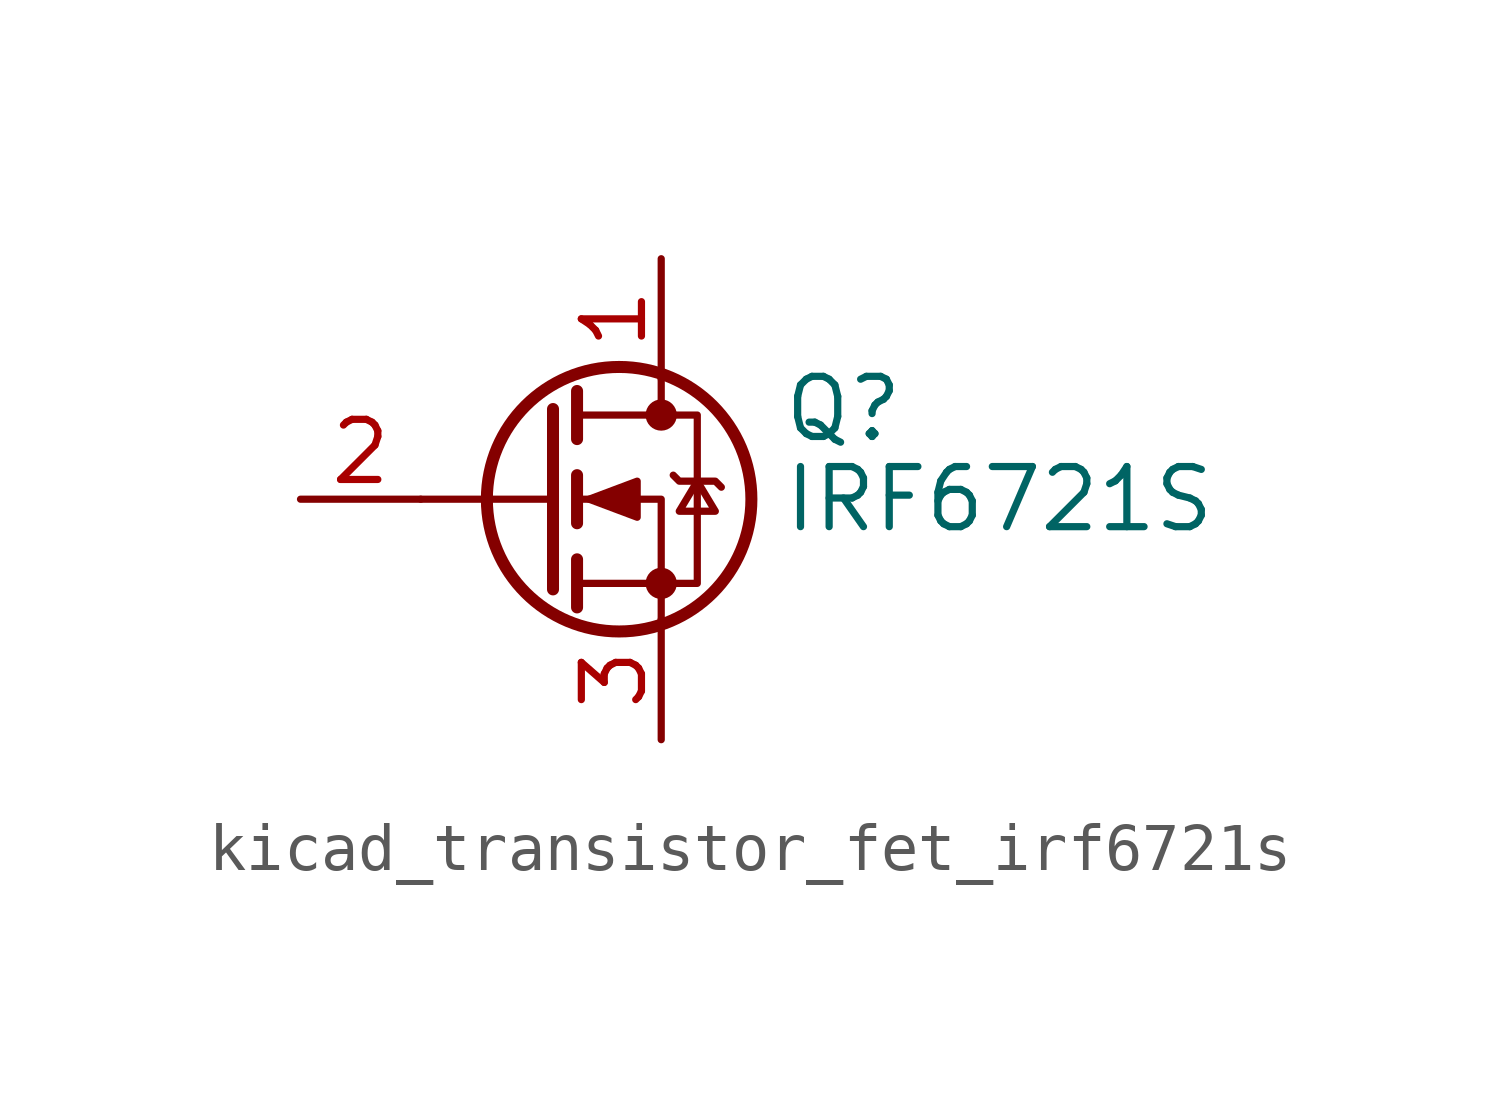
<source format=kicad_sym>
(kicad_symbol_lib
  (version 20220914)
  (generator kicad_symbol_editor)
  (symbol "kicad_transistor_fet_irf6721s"
    (pin_names hide)
    (property "Reference" "Q"
      (at 5.08 1.905 0)
      (effects (font (size 1.27 1.27)) (justify left)))
    (property "Value" "IRF6721S"
      (at 5.08 0 0)
      (effects (font (size 1.27 1.27)) (justify left)))
    (symbol "kicad_transistor_fet_irf6721s_0_1"
      (polyline (pts (xy 0.254 0) (xy -2.54 0)) (stroke (width 0) (type default)) (fill (type none)))
      (polyline (pts (xy 0.254 1.905) (xy 0.254 -1.905)) (stroke (width 0.254) (type default)) (fill (type none)))
      (polyline (pts (xy 0.762 -1.27) (xy 0.762 -2.286)) (stroke (width 0.254) (type default)) (fill (type none)))
      (polyline (pts (xy 0.762 0.508) (xy 0.762 -0.508)) (stroke (width 0.254) (type default)) (fill (type none)))
      (polyline (pts (xy 0.762 2.286) (xy 0.762 1.27)) (stroke (width 0.254) (type default)) (fill (type none)))
      (polyline (pts (xy 2.54 2.54) (xy 2.54 1.778)) (stroke (width 0) (type default)) (fill (type none)))
      (polyline (pts (xy 2.54 -2.54) (xy 2.54 0) (xy 0.762 0)) (stroke (width 0) (type default)) (fill (type none)))
      (polyline (pts (xy 0.762 -1.778) (xy 3.302 -1.778) (xy 3.302 1.778) (xy 0.762 1.778)) (stroke (width 0) (type default)) (fill (type none)))
      (polyline (pts (xy 1.016 0) (xy 2.032 0.381) (xy 2.032 -0.381) (xy 1.016 0)) (stroke (width 0) (type default)) (fill (type outline)))
      (polyline (pts (xy 2.794 0.508) (xy 2.921 0.381) (xy 3.683 0.381) (xy 3.81 0.254)) (stroke (width 0) (type default)) (fill (type none)))
      (polyline (pts (xy 3.302 0.381) (xy 2.921 -0.254) (xy 3.683 -0.254) (xy 3.302 0.381)) (stroke (width 0) (type default)) (fill (type none)))
      (circle (center 1.651 0) (radius 2.794) (stroke (width 0.254) (type default)) (fill (type none)))
      (circle (center 2.54 -1.778) (radius 0.254) (stroke (width 0) (type default)) (fill (type outline)))
      (circle (center 2.54 1.778) (radius 0.254) (stroke (width 0) (type default)) (fill (type outline))))
    (symbol "kicad_transistor_fet_irf6721s_1_1"
      (pin passive line (at 2.54 5.08 270) (length 2.54) (name "D" (effects (font (size 1.27 1.27)))) (number "1" (effects (font (size 1.27 1.27)))))
      (pin input line (at -5.08 0 0) (length 2.54) (name "G" (effects (font (size 1.27 1.27)))) (number "2" (effects (font (size 1.27 1.27)))))
      (pin passive line (at 2.54 -5.08 90) (length 2.54) (name "S" (effects (font (size 1.27 1.27)))) (number "3" (effects (font (size 1.27 1.27))))))))
</source>
